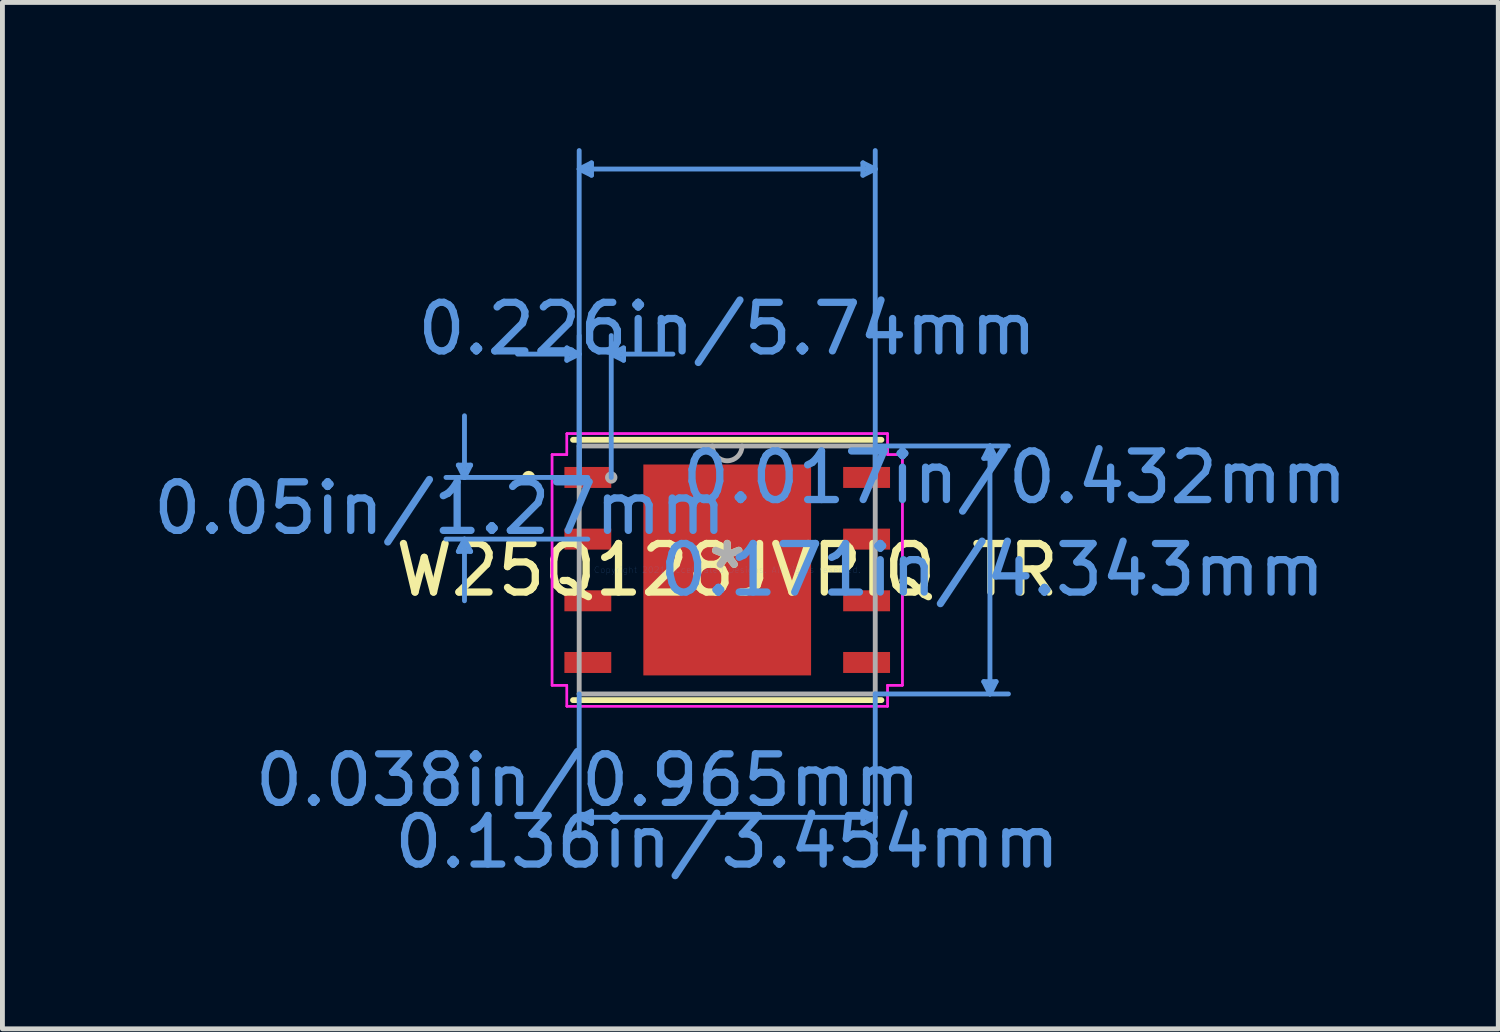
<source format=kicad_pcb>
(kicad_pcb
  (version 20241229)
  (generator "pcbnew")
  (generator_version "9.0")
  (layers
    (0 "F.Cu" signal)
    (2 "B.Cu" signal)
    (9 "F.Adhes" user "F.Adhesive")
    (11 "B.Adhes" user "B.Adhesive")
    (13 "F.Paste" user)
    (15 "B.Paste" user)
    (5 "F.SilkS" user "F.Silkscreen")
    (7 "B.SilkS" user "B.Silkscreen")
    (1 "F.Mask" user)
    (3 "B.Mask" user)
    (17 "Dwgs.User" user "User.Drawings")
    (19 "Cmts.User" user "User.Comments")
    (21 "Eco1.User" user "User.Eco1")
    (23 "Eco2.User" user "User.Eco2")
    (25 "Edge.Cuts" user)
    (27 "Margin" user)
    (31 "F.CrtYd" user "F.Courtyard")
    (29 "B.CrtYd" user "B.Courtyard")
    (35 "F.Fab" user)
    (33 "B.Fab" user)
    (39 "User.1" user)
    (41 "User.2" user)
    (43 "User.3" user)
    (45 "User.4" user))
  (footprint "W25Q128JVPIQ TR"
    (layer "F.Cu")
    (at 11.924 8.686)
    (property "Reference" "W25Q128JVPIQ TR" (at 0 0 0) (layer "F.SilkS") (effects (font (size 1 1) (thickness 0.15))))
    (attr through_hole)
    (fp_line (start -3.175 2.68) (end 3.175 2.68) (stroke (width 0.12) (type solid)) (layer "F.SilkS"))
    (fp_line (start 3.175 -2.68) (end -3.175 -2.68) (stroke (width 0.12) (type solid)) (layer "F.SilkS"))
    (fp_circle (center -4.089 -1.905) (end -4.013 -1.905) (stroke (width 0.12) (type solid)) (fill no) (layer "F.SilkS"))
    (fp_poly (pts (xy -1.627 -2.072) (xy -1.627 -0.824) (xy -0.1 -0.824) (xy -0.1 -2.072)) (stroke (width 0.1) (type solid)) (fill yes) (layer "F.Paste"))
    (fp_poly (pts (xy -1.627 -0.624) (xy -1.627 0.624) (xy -0.1 0.624) (xy -0.1 -0.624)) (stroke (width 0.1) (type solid)) (fill yes) (layer "F.Paste"))
    (fp_poly (pts (xy -1.627 0.824) (xy -1.627 2.072) (xy -0.1 2.072) (xy -0.1 0.824)) (stroke (width 0.1) (type solid)) (fill yes) (layer "F.Paste"))
    (fp_poly (pts (xy 0.1 -2.072) (xy 0.1 -0.824) (xy 1.627 -0.824) (xy 1.627 -2.072)) (stroke (width 0.1) (type solid)) (fill yes) (layer "F.Paste"))
    (fp_poly (pts (xy 0.1 -0.624) (xy 0.1 0.624) (xy 1.627 0.624) (xy 1.627 -0.624)) (stroke (width 0.1) (type solid)) (fill yes) (layer "F.Paste"))
    (fp_poly (pts (xy 0.1 0.824) (xy 0.1 2.072) (xy 1.627 2.072) (xy 1.627 0.824)) (stroke (width 0.1) (type solid)) (fill yes) (layer "F.Paste"))
    (fp_line (start -5.537 -2.159) (end -5.283 -2.159) (stroke (width 0.1) (type solid)) (layer "Cmts.User"))
    (fp_line (start -5.537 -0.381) (end -5.283 -0.381) (stroke (width 0.1) (type solid)) (layer "Cmts.User"))
    (fp_line (start -5.41 -1.905) (end -5.537 -2.159) (stroke (width 0.1) (type solid)) (layer "Cmts.User"))
    (fp_line (start -5.41 -1.905) (end -5.41 -3.175) (stroke (width 0.1) (type solid)) (layer "Cmts.User"))
    (fp_line (start -5.41 -1.905) (end -5.283 -2.159) (stroke (width 0.1) (type solid)) (layer "Cmts.User"))
    (fp_line (start -5.41 -0.635) (end -5.537 -0.381) (stroke (width 0.1) (type solid)) (layer "Cmts.User"))
    (fp_line (start -5.41 -0.635) (end -5.41 0.635) (stroke (width 0.1) (type solid)) (layer "Cmts.User"))
    (fp_line (start -5.41 -0.635) (end -5.283 -0.381) (stroke (width 0.1) (type solid)) (layer "Cmts.User"))
    (fp_line (start -3.302 -4.572) (end -3.302 -4.318) (stroke (width 0.1) (type solid)) (layer "Cmts.User"))
    (fp_line (start -3.048 -8.255) (end -2.794 -8.382) (stroke (width 0.1) (type solid)) (layer "Cmts.User"))
    (fp_line (start -3.048 -8.255) (end -2.794 -8.128) (stroke (width 0.1) (type solid)) (layer "Cmts.User"))
    (fp_line (start -3.048 -8.255) (end 3.048 -8.255) (stroke (width 0.1) (type solid)) (layer "Cmts.User"))
    (fp_line (start -3.048 -4.445) (end -4.318 -4.445) (stroke (width 0.1) (type solid)) (layer "Cmts.User"))
    (fp_line (start -3.048 -4.445) (end -3.302 -4.572) (stroke (width 0.1) (type solid)) (layer "Cmts.User"))
    (fp_line (start -3.048 -4.445) (end -3.302 -4.318) (stroke (width 0.1) (type solid)) (layer "Cmts.User"))
    (fp_line (start -3.048 -1.905) (end -3.048 -8.636) (stroke (width 0.1) (type solid)) (layer "Cmts.User"))
    (fp_line (start -3.048 -1.905) (end -3.048 -4.826) (stroke (width 0.1) (type solid)) (layer "Cmts.User"))
    (fp_line (start -3.048 2.553) (end -3.048 5.474) (stroke (width 0.1) (type solid)) (layer "Cmts.User"))
    (fp_line (start -3.048 5.093) (end -2.794 4.966) (stroke (width 0.1) (type solid)) (layer "Cmts.User"))
    (fp_line (start -3.048 5.093) (end -2.794 5.22) (stroke (width 0.1) (type solid)) (layer "Cmts.User"))
    (fp_line (start -3.048 5.093) (end 3.048 5.093) (stroke (width 0.1) (type solid)) (layer "Cmts.User"))
    (fp_line (start -2.87 -1.905) (end -5.791 -1.905) (stroke (width 0.1) (type solid)) (layer "Cmts.User"))
    (fp_line (start -2.87 -0.635) (end -5.791 -0.635) (stroke (width 0.1) (type solid)) (layer "Cmts.User"))
    (fp_line (start -2.794 -8.382) (end -2.794 -8.128) (stroke (width 0.1) (type solid)) (layer "Cmts.User"))
    (fp_line (start -2.794 4.966) (end -2.794 5.22) (stroke (width 0.1) (type solid)) (layer "Cmts.User"))
    (fp_line (start -2.388 -4.445) (end -2.134 -4.572) (stroke (width 0.1) (type solid)) (layer "Cmts.User"))
    (fp_line (start -2.388 -4.445) (end -2.134 -4.318) (stroke (width 0.1) (type solid)) (layer "Cmts.User"))
    (fp_line (start -2.388 -4.445) (end -1.118 -4.445) (stroke (width 0.1) (type solid)) (layer "Cmts.User"))
    (fp_line (start -2.388 -1.905) (end -2.388 -4.826) (stroke (width 0.1) (type solid)) (layer "Cmts.User"))
    (fp_line (start -2.134 -4.572) (end -2.134 -4.318) (stroke (width 0.1) (type solid)) (layer "Cmts.User"))
    (fp_line (start 2.794 -8.382) (end 2.794 -8.128) (stroke (width 0.1) (type solid)) (layer "Cmts.User"))
    (fp_line (start 2.794 4.966) (end 2.794 5.22) (stroke (width 0.1) (type solid)) (layer "Cmts.User"))
    (fp_line (start 3.048 -8.255) (end 2.794 -8.382) (stroke (width 0.1) (type solid)) (layer "Cmts.User"))
    (fp_line (start 3.048 -8.255) (end 2.794 -8.128) (stroke (width 0.1) (type solid)) (layer "Cmts.User"))
    (fp_line (start 3.048 -2.553) (end 5.791 -2.553) (stroke (width 0.1) (type solid)) (layer "Cmts.User"))
    (fp_line (start 3.048 -1.905) (end 3.048 -8.636) (stroke (width 0.1) (type solid)) (layer "Cmts.User"))
    (fp_line (start 3.048 2.553) (end 3.048 5.474) (stroke (width 0.1) (type solid)) (layer "Cmts.User"))
    (fp_line (start 3.048 2.553) (end 5.791 2.553) (stroke (width 0.1) (type solid)) (layer "Cmts.User"))
    (fp_line (start 3.048 5.093) (end 2.794 4.966) (stroke (width 0.1) (type solid)) (layer "Cmts.User"))
    (fp_line (start 3.048 5.093) (end 2.794 5.22) (stroke (width 0.1) (type solid)) (layer "Cmts.User"))
    (fp_line (start 5.283 -2.299) (end 5.537 -2.299) (stroke (width 0.1) (type solid)) (layer "Cmts.User"))
    (fp_line (start 5.283 2.299) (end 5.537 2.299) (stroke (width 0.1) (type solid)) (layer "Cmts.User"))
    (fp_line (start 5.41 -2.553) (end 5.283 -2.299) (stroke (width 0.1) (type solid)) (layer "Cmts.User"))
    (fp_line (start 5.41 -2.553) (end 5.41 2.553) (stroke (width 0.1) (type solid)) (layer "Cmts.User"))
    (fp_line (start 5.41 -2.553) (end 5.537 -2.299) (stroke (width 0.1) (type solid)) (layer "Cmts.User"))
    (fp_line (start 5.41 2.553) (end 5.283 2.299) (stroke (width 0.1) (type solid)) (layer "Cmts.User"))
    (fp_line (start 5.41 2.553) (end 5.537 2.299) (stroke (width 0.1) (type solid)) (layer "Cmts.User"))
    (fp_line (start -3.607 -2.375) (end -3.302 -2.375) (stroke (width 0.05) (type solid)) (layer "F.CrtYd"))
    (fp_line (start -3.607 -2.375) (end -3.302 -2.375) (stroke (width 0.05) (type solid)) (layer "F.CrtYd"))
    (fp_line (start -3.607 2.375) (end -3.607 -2.375) (stroke (width 0.05) (type solid)) (layer "F.CrtYd"))
    (fp_line (start -3.607 2.375) (end -3.607 -2.375) (stroke (width 0.05) (type solid)) (layer "F.CrtYd"))
    (fp_line (start -3.607 2.375) (end -3.302 2.375) (stroke (width 0.05) (type solid)) (layer "F.CrtYd"))
    (fp_line (start -3.302 -2.807) (end 3.302 -2.807) (stroke (width 0.05) (type solid)) (layer "F.CrtYd"))
    (fp_line (start -3.302 -2.807) (end 3.302 -2.807) (stroke (width 0.05) (type solid)) (layer "F.CrtYd"))
    (fp_line (start -3.302 -2.375) (end -3.302 -2.807) (stroke (width 0.05) (type solid)) (layer "F.CrtYd"))
    (fp_line (start -3.302 -2.375) (end -3.302 -2.807) (stroke (width 0.05) (type solid)) (layer "F.CrtYd"))
    (fp_line (start -3.302 2.375) (end -3.607 2.375) (stroke (width 0.05) (type solid)) (layer "F.CrtYd"))
    (fp_line (start -3.302 2.807) (end -3.302 2.375) (stroke (width 0.05) (type solid)) (layer "F.CrtYd"))
    (fp_line (start -3.302 2.807) (end -3.302 2.375) (stroke (width 0.05) (type solid)) (layer "F.CrtYd"))
    (fp_line (start 3.302 -2.807) (end 3.302 -2.375) (stroke (width 0.05) (type solid)) (layer "F.CrtYd"))
    (fp_line (start 3.302 -2.807) (end 3.302 -2.375) (stroke (width 0.05) (type solid)) (layer "F.CrtYd"))
    (fp_line (start 3.302 -2.375) (end 3.607 -2.375) (stroke (width 0.05) (type solid)) (layer "F.CrtYd"))
    (fp_line (start 3.302 2.375) (end 3.302 2.807) (stroke (width 0.05) (type solid)) (layer "F.CrtYd"))
    (fp_line (start 3.302 2.375) (end 3.302 2.807) (stroke (width 0.05) (type solid)) (layer "F.CrtYd"))
    (fp_line (start 3.302 2.807) (end -3.302 2.807) (stroke (width 0.05) (type solid)) (layer "F.CrtYd"))
    (fp_line (start 3.302 2.807) (end -3.302 2.807) (stroke (width 0.05) (type solid)) (layer "F.CrtYd"))
    (fp_line (start 3.607 -2.375) (end 3.302 -2.375) (stroke (width 0.05) (type solid)) (layer "F.CrtYd"))
    (fp_line (start 3.607 -2.375) (end 3.607 2.375) (stroke (width 0.05) (type solid)) (layer "F.CrtYd"))
    (fp_line (start 3.607 -2.375) (end 3.607 2.375) (stroke (width 0.05) (type solid)) (layer "F.CrtYd"))
    (fp_line (start 3.607 2.375) (end 3.302 2.375) (stroke (width 0.05) (type solid)) (layer "F.CrtYd"))
    (fp_line (start 3.607 2.375) (end 3.302 2.375) (stroke (width 0.05) (type solid)) (layer "F.CrtYd"))
    (fp_line (start -3.048 -2.553) (end -3.048 2.553) (stroke (width 0.1) (type solid)) (layer "F.Fab"))
    (fp_line (start -3.048 2.553) (end 3.048 2.553) (stroke (width 0.1) (type solid)) (layer "F.Fab"))
    (fp_line (start 3.048 -2.553) (end -3.048 -2.553) (stroke (width 0.1) (type solid)) (layer "F.Fab"))
    (fp_line (start 3.048 2.553) (end 3.048 -2.553) (stroke (width 0.1) (type solid)) (layer "F.Fab"))
    (fp_arc (start 0.3048 -2.5527) (mid 0 -2.2479) (end -0.3048 -2.5527) (stroke (width 0.1) (type solid)) (layer "F.Fab"))
    (fp_circle (center -2.388 -1.905) (end -2.311 -1.905) (stroke (width 0.1) (type solid)) (fill no) (layer "F.Fab"))
    (fp_text user "*" (at 0 0 0) (layer "F.SilkS") (effects (font (size 1 1) (thickness 0.15))))
    (fp_text user "0.017in/0.432mm" (at 5.918 -1.905 0) (layer "Cmts.User") (effects (font (size 1 1) (thickness 0.15))))
    (fp_text user "0.136in/3.454mm" (at 0 5.601 0) (layer "Cmts.User") (effects (font (size 1 1) (thickness 0.15))))
    (fp_text user "0.05in/1.27mm" (at -5.918 -1.27 0) (layer "Cmts.User") (effects (font (size 1 1) (thickness 0.15))))
    (fp_text user "Copyright 2021 Accelerated Designs. All rights reserved." (at 0 0 0) (layer "Cmts.User") (effects (font (size 0.127 0.127) (thickness 0.002))))
    (fp_text user "0.171in/4.343mm" (at 5.461 0 0) (layer "Cmts.User") (effects (font (size 1 1) (thickness 0.15))))
    (fp_text user "0.226in/5.74mm" (at 0 -4.966 0) (layer "Cmts.User") (effects (font (size 1 1) (thickness 0.15))))
    (fp_text user "0.038in/0.965mm" (at -2.87 4.331 0) (layer "Cmts.User") (effects (font (size 1 1) (thickness 0.15))))
    (fp_text user "*" (at 0 0 0) (layer "F.Fab") (effects (font (size 1 1) (thickness 0.15))))
    (pad "1" smd rect (at -2.87 -1.905) (size 0.965 0.432) (layers "F.Cu" "F.Mask" "F.Paste"))
    (pad "2" smd rect (at -2.87 -0.635) (size 0.965 0.432) (layers "F.Cu" "F.Mask" "F.Paste"))
    (pad "3" smd rect (at -2.87 0.635) (size 0.965 0.432) (layers "F.Cu" "F.Mask" "F.Paste"))
    (pad "4" smd rect (at -2.87 1.905) (size 0.965 0.432) (layers "F.Cu" "F.Mask" "F.Paste"))
    (pad "5" smd rect (at 2.87 1.905) (size 0.965 0.432) (layers "F.Cu" "F.Mask" "F.Paste"))
    (pad "6" smd rect (at 2.87 0.635) (size 0.965 0.432) (layers "F.Cu" "F.Mask" "F.Paste"))
    (pad "7" smd rect (at 2.87 -0.635) (size 0.965 0.432) (layers "F.Cu" "F.Mask" "F.Paste"))
    (pad "8" smd rect (at 2.87 -1.905) (size 0.965 0.432) (layers "F.Cu" "F.Mask" "F.Paste"))
    (pad "9" smd rect (at 0 0) (size 3.454 4.343) (layers "F.Cu" "F.Mask" "F.Paste")))
  (gr_rect
    (start -3 -3)
    (end 27.801 18.135)
    (stroke (width 0.1) (type default))
    (fill no)
    (layer "Edge.Cuts")))
</source>
